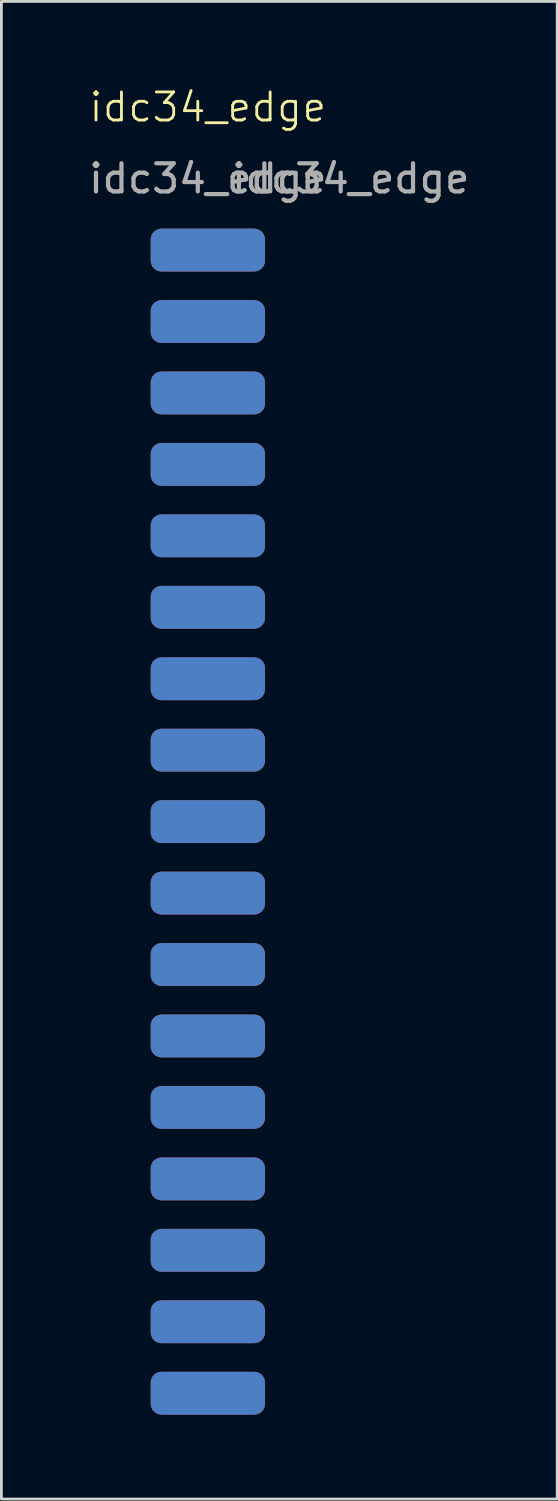
<source format=kicad_pcb>
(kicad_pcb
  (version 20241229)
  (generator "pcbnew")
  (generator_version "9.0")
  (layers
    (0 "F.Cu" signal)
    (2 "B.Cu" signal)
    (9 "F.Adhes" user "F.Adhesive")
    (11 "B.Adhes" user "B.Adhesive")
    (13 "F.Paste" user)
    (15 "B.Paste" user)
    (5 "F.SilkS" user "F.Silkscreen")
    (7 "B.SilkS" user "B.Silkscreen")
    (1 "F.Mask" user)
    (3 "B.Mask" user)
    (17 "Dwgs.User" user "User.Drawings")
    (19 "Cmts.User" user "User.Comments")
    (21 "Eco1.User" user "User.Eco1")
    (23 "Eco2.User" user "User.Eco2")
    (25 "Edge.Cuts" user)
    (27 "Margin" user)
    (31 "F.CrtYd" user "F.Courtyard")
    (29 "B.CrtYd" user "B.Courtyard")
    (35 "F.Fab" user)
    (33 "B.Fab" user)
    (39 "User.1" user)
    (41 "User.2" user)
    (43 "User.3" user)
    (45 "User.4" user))
  (footprint "idc34_edge"
    (layer "F.Cu")
    (at 4.339 5.84)
    (property "Reference" "idc34_edge" (at 0 -5.08 0) (unlocked yes) (layer "F.SilkS") (effects (font (size 1 1) (thickness 0.1))))
    (attr smd)
    (fp_text user "${REFERENCE}" (at 5.08 -2.54 0) (unlocked yes) (layer "F.Fab") (effects (font (size 1 1) (thickness 0.15))))
    (fp_text user "${REFERENCE}" (at 0 -2.54 0) (unlocked yes) (layer "F.Fab") (effects (font (size 1 1) (thickness 0.15))))
    (pad "1" smd roundrect (at 0 0) (size 4.064 1.524) (layers "F.Cu" "F.Mask" "F.Paste") (roundrect_rratio 0.25))
    (pad "2" smd roundrect (at 0 0) (size 4.064 1.524) (layers "B.Cu" "B.Mask" "B.Paste") (roundrect_rratio 0.25))
    (pad "3" smd roundrect (at 0 2.54) (size 4.064 1.524) (layers "F.Cu" "F.Mask" "F.Paste") (roundrect_rratio 0.25))
    (pad "4" smd roundrect (at 0 2.54) (size 4.064 1.524) (layers "B.Cu" "B.Mask" "B.Paste") (roundrect_rratio 0.25))
    (pad "5" smd roundrect (at 0 5.08) (size 4.064 1.524) (layers "F.Cu" "F.Mask" "F.Paste") (roundrect_rratio 0.25))
    (pad "6" smd roundrect (at 0 5.08) (size 4.064 1.524) (layers "B.Cu" "B.Mask" "B.Paste") (roundrect_rratio 0.25))
    (pad "7" smd roundrect (at 0 7.62) (size 4.064 1.524) (layers "F.Cu" "F.Mask" "F.Paste") (roundrect_rratio 0.25))
    (pad "8" smd roundrect (at 0 7.62) (size 4.064 1.524) (layers "B.Cu" "B.Mask" "B.Paste") (roundrect_rratio 0.25))
    (pad "9" smd roundrect (at 0 10.16) (size 4.064 1.524) (layers "F.Cu" "F.Mask" "F.Paste") (roundrect_rratio 0.25))
    (pad "10" smd roundrect (at 0 10.16) (size 4.064 1.524) (layers "B.Cu" "B.Mask" "B.Paste") (roundrect_rratio 0.25))
    (pad "11" smd roundrect (at 0 12.7) (size 4.064 1.524) (layers "F.Cu" "F.Mask" "F.Paste") (roundrect_rratio 0.25))
    (pad "12" smd roundrect (at 0 12.7) (size 4.064 1.524) (layers "B.Cu" "B.Mask" "B.Paste") (roundrect_rratio 0.25))
    (pad "13" smd roundrect (at 0 15.24) (size 4.064 1.524) (layers "F.Cu" "F.Mask" "F.Paste") (roundrect_rratio 0.25))
    (pad "14" smd roundrect (at 0 15.24) (size 4.064 1.524) (layers "B.Cu" "B.Mask" "B.Paste") (roundrect_rratio 0.25))
    (pad "15" smd roundrect (at 0 17.78) (size 4.064 1.524) (layers "F.Cu" "F.Mask" "F.Paste") (roundrect_rratio 0.25))
    (pad "16" smd roundrect (at 0 17.78) (size 4.064 1.524) (layers "B.Cu" "B.Mask" "B.Paste") (roundrect_rratio 0.25))
    (pad "17" smd roundrect (at 0 20.32) (size 4.064 1.524) (layers "F.Cu" "F.Mask" "F.Paste") (roundrect_rratio 0.25))
    (pad "18" smd roundrect (at 0 20.32) (size 4.064 1.524) (layers "B.Cu" "B.Mask" "B.Paste") (roundrect_rratio 0.25))
    (pad "19" smd roundrect (at 0 22.86) (size 4.064 1.524) (layers "F.Cu" "F.Mask" "F.Paste") (roundrect_rratio 0.25))
    (pad "20" smd roundrect (at 0 22.86) (size 4.064 1.524) (layers "B.Cu" "B.Mask" "B.Paste") (roundrect_rratio 0.25))
    (pad "21" smd roundrect (at 0 25.4) (size 4.064 1.524) (layers "F.Cu" "F.Mask" "F.Paste") (roundrect_rratio 0.25))
    (pad "22" smd roundrect (at 0 25.4) (size 4.064 1.524) (layers "B.Cu" "B.Mask" "B.Paste") (roundrect_rratio 0.25))
    (pad "23" smd roundrect (at 0 27.94) (size 4.064 1.524) (layers "F.Cu" "F.Mask" "F.Paste") (roundrect_rratio 0.25))
    (pad "24" smd roundrect (at 0 27.94) (size 4.064 1.524) (layers "B.Cu" "B.Mask" "B.Paste") (roundrect_rratio 0.25))
    (pad "25" smd roundrect (at 0 30.48) (size 4.064 1.524) (layers "F.Cu" "F.Mask" "F.Paste") (roundrect_rratio 0.25))
    (pad "26" smd roundrect (at 0 30.48) (size 4.064 1.524) (layers "B.Cu" "B.Mask" "B.Paste") (roundrect_rratio 0.25))
    (pad "27" smd roundrect (at 0 33.02) (size 4.064 1.524) (layers "F.Cu" "F.Mask" "F.Paste") (roundrect_rratio 0.25))
    (pad "28" smd roundrect (at 0 33.02) (size 4.064 1.524) (layers "B.Cu" "B.Mask" "B.Paste") (roundrect_rratio 0.25))
    (pad "29" smd roundrect (at 0 35.56) (size 4.064 1.524) (layers "F.Cu" "F.Mask" "F.Paste") (roundrect_rratio 0.25))
    (pad "30" smd roundrect (at 0 35.56) (size 4.064 1.524) (layers "B.Cu" "B.Mask" "B.Paste") (roundrect_rratio 0.25))
    (pad "31" smd roundrect (at 0 38.1) (size 4.064 1.524) (layers "F.Cu" "F.Mask" "F.Paste") (roundrect_rratio 0.25))
    (pad "32" smd roundrect (at 0 38.1) (size 4.064 1.524) (layers "B.Cu" "B.Mask" "B.Paste") (roundrect_rratio 0.25))
    (pad "33" smd roundrect (at 0 40.64) (size 4.064 1.524) (layers "F.Cu" "F.Mask" "F.Paste") (roundrect_rratio 0.25))
    (pad "34" smd roundrect (at 0 40.64) (size 4.064 1.524) (layers "B.Cu" "B.Mask" "B.Paste") (roundrect_rratio 0.25)))
  (gr_rect
    (start -3 -3)
    (end 16.759 50.242)
    (stroke (width 0.1) (type default))
    (fill no)
    (layer "Edge.Cuts")))
</source>
